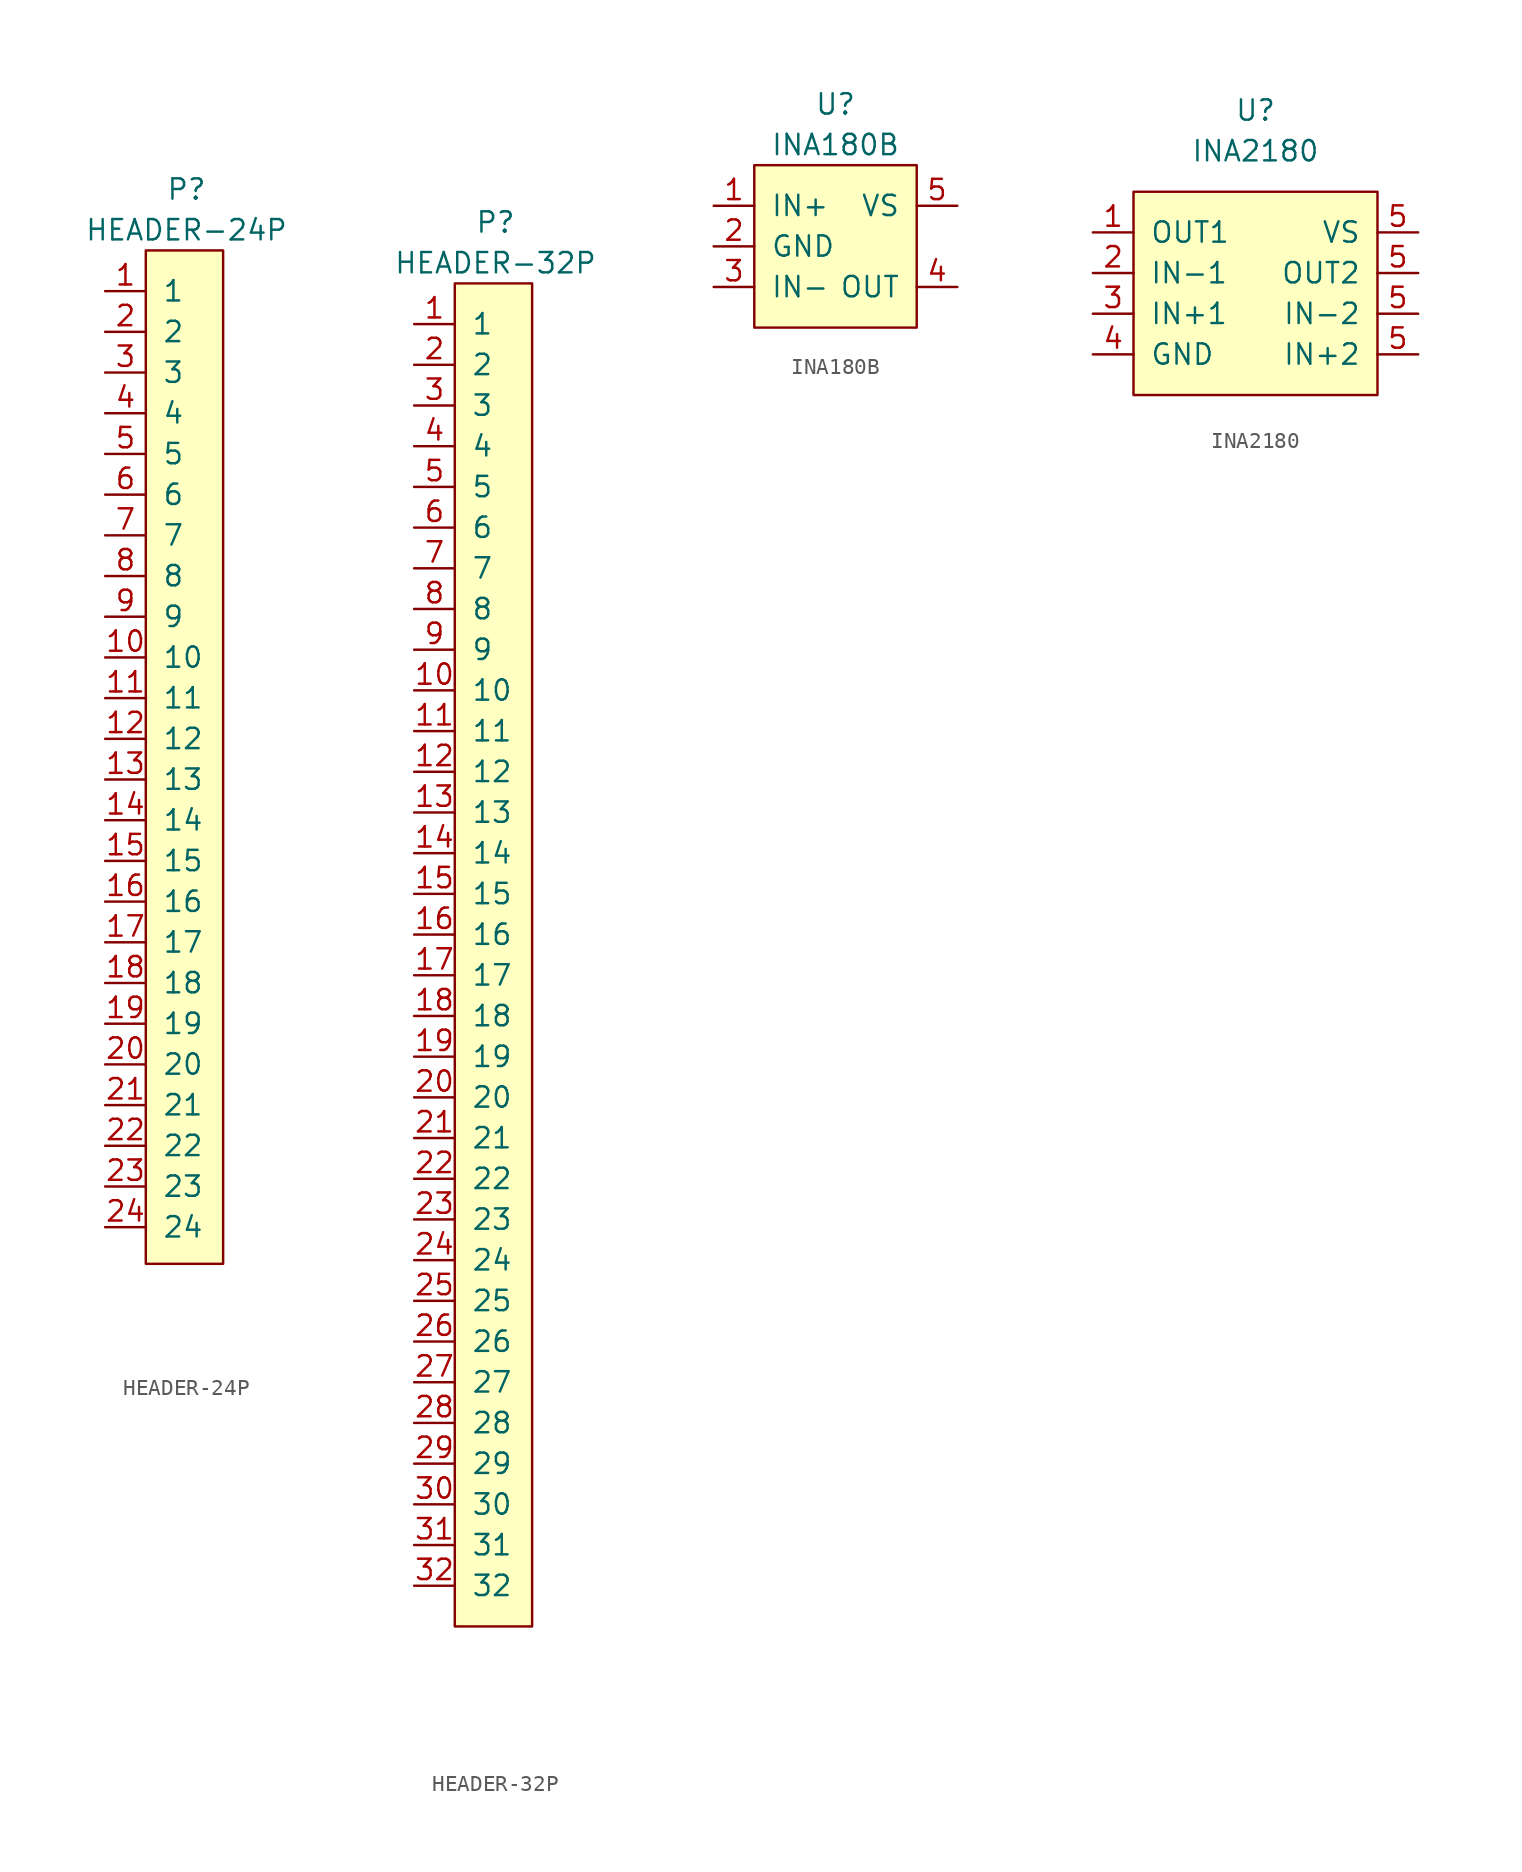
<source format=kicad_sym>
(kicad_symbol_lib
  (version 20220914)
  (generator kicad_symbol_editor)
  (symbol "HEADER-24P"
    (pin_names
      (offset 1.016))
    (property "Reference" "P"
      (at 0 35.56 0)
      (effects (font (size 1.27 1.27))))
    (property "Value" "HEADER-24P"
      (at 0 33.02 0)
      (effects (font (size 1.27 1.27))))
    (symbol "HEADER-24P_0_1"
      (rectangle (start -2.54 31.75) (end 2.286 -31.496) (stroke (width 0) (type default)) (fill (type background))))
    (symbol "HEADER-24P_1_1"
      (pin passive line (at -5.08 29.21 0) (length 2.54) (name "1" (effects (font (size 1.27 1.27)))) (number "1" (effects (font (size 1.27 1.27)))))
      (pin passive line (at -5.08 6.35 0) (length 2.54) (name "10" (effects (font (size 1.27 1.27)))) (number "10" (effects (font (size 1.27 1.27)))))
      (pin passive line (at -5.08 3.81 0) (length 2.54) (name "11" (effects (font (size 1.27 1.27)))) (number "11" (effects (font (size 1.27 1.27)))))
      (pin passive line (at -5.08 1.27 0) (length 2.54) (name "12" (effects (font (size 1.27 1.27)))) (number "12" (effects (font (size 1.27 1.27)))))
      (pin passive line (at -5.08 -1.27 0) (length 2.54) (name "13" (effects (font (size 1.27 1.27)))) (number "13" (effects (font (size 1.27 1.27)))))
      (pin passive line (at -5.08 -3.81 0) (length 2.54) (name "14" (effects (font (size 1.27 1.27)))) (number "14" (effects (font (size 1.27 1.27)))))
      (pin passive line (at -5.08 -6.35 0) (length 2.54) (name "15" (effects (font (size 1.27 1.27)))) (number "15" (effects (font (size 1.27 1.27)))))
      (pin passive line (at -5.08 -8.89 0) (length 2.54) (name "16" (effects (font (size 1.27 1.27)))) (number "16" (effects (font (size 1.27 1.27)))))
      (pin passive line (at -5.08 -11.43 0) (length 2.54) (name "17" (effects (font (size 1.27 1.27)))) (number "17" (effects (font (size 1.27 1.27)))))
      (pin passive line (at -5.08 -13.97 0) (length 2.54) (name "18" (effects (font (size 1.27 1.27)))) (number "18" (effects (font (size 1.27 1.27)))))
      (pin passive line (at -5.08 -16.51 0) (length 2.54) (name "19" (effects (font (size 1.27 1.27)))) (number "19" (effects (font (size 1.27 1.27)))))
      (pin passive line (at -5.08 26.67 0) (length 2.54) (name "2" (effects (font (size 1.27 1.27)))) (number "2" (effects (font (size 1.27 1.27)))))
      (pin passive line (at -5.08 -19.05 0) (length 2.54) (name "20" (effects (font (size 1.27 1.27)))) (number "20" (effects (font (size 1.27 1.27)))))
      (pin passive line (at -5.08 -21.59 0) (length 2.54) (name "21" (effects (font (size 1.27 1.27)))) (number "21" (effects (font (size 1.27 1.27)))))
      (pin passive line (at -5.08 -24.13 0) (length 2.54) (name "22" (effects (font (size 1.27 1.27)))) (number "22" (effects (font (size 1.27 1.27)))))
      (pin passive line (at -5.08 -26.67 0) (length 2.54) (name "23" (effects (font (size 1.27 1.27)))) (number "23" (effects (font (size 1.27 1.27)))))
      (pin passive line (at -5.08 -29.21 0) (length 2.54) (name "24" (effects (font (size 1.27 1.27)))) (number "24" (effects (font (size 1.27 1.27)))))
      (pin passive line (at -5.08 24.13 0) (length 2.54) (name "3" (effects (font (size 1.27 1.27)))) (number "3" (effects (font (size 1.27 1.27)))))
      (pin passive line (at -5.08 21.59 0) (length 2.54) (name "4" (effects (font (size 1.27 1.27)))) (number "4" (effects (font (size 1.27 1.27)))))
      (pin passive line (at -5.08 19.05 0) (length 2.54) (name "5" (effects (font (size 1.27 1.27)))) (number "5" (effects (font (size 1.27 1.27)))))
      (pin passive line (at -5.08 16.51 0) (length 2.54) (name "6" (effects (font (size 1.27 1.27)))) (number "6" (effects (font (size 1.27 1.27)))))
      (pin passive line (at -5.08 13.97 0) (length 2.54) (name "7" (effects (font (size 1.27 1.27)))) (number "7" (effects (font (size 1.27 1.27)))))
      (pin passive line (at -5.08 11.43 0) (length 2.54) (name "8" (effects (font (size 1.27 1.27)))) (number "8" (effects (font (size 1.27 1.27)))))
      (pin passive line (at -5.08 8.89 0) (length 2.54) (name "9" (effects (font (size 1.27 1.27)))) (number "9" (effects (font (size 1.27 1.27)))))))
  (symbol "HEADER-32P"
    (pin_names
      (offset 1.016))
    (property "Reference" "P"
      (at 0 45.72 0)
      (effects (font (size 1.27 1.27))))
    (property "Value" "HEADER-32P"
      (at 0 43.18 0)
      (effects (font (size 1.27 1.27))))
    (symbol "HEADER-32P_0_1"
      (rectangle (start -2.54 41.91) (end 2.286 -41.91) (stroke (width 0) (type default)) (fill (type background))))
    (symbol "HEADER-32P_1_1"
      (pin passive line (at -5.08 39.37 0) (length 2.54) (name "1" (effects (font (size 1.27 1.27)))) (number "1" (effects (font (size 1.27 1.27)))))
      (pin passive line (at -5.08 16.51 0) (length 2.54) (name "10" (effects (font (size 1.27 1.27)))) (number "10" (effects (font (size 1.27 1.27)))))
      (pin passive line (at -5.08 13.97 0) (length 2.54) (name "11" (effects (font (size 1.27 1.27)))) (number "11" (effects (font (size 1.27 1.27)))))
      (pin passive line (at -5.08 11.43 0) (length 2.54) (name "12" (effects (font (size 1.27 1.27)))) (number "12" (effects (font (size 1.27 1.27)))))
      (pin passive line (at -5.08 8.89 0) (length 2.54) (name "13" (effects (font (size 1.27 1.27)))) (number "13" (effects (font (size 1.27 1.27)))))
      (pin passive line (at -5.08 6.35 0) (length 2.54) (name "14" (effects (font (size 1.27 1.27)))) (number "14" (effects (font (size 1.27 1.27)))))
      (pin passive line (at -5.08 3.81 0) (length 2.54) (name "15" (effects (font (size 1.27 1.27)))) (number "15" (effects (font (size 1.27 1.27)))))
      (pin passive line (at -5.08 1.27 0) (length 2.54) (name "16" (effects (font (size 1.27 1.27)))) (number "16" (effects (font (size 1.27 1.27)))))
      (pin passive line (at -5.08 -1.27 0) (length 2.54) (name "17" (effects (font (size 1.27 1.27)))) (number "17" (effects (font (size 1.27 1.27)))))
      (pin passive line (at -5.08 -3.81 0) (length 2.54) (name "18" (effects (font (size 1.27 1.27)))) (number "18" (effects (font (size 1.27 1.27)))))
      (pin passive line (at -5.08 -6.35 0) (length 2.54) (name "19" (effects (font (size 1.27 1.27)))) (number "19" (effects (font (size 1.27 1.27)))))
      (pin passive line (at -5.08 36.83 0) (length 2.54) (name "2" (effects (font (size 1.27 1.27)))) (number "2" (effects (font (size 1.27 1.27)))))
      (pin passive line (at -5.08 -8.89 0) (length 2.54) (name "20" (effects (font (size 1.27 1.27)))) (number "20" (effects (font (size 1.27 1.27)))))
      (pin passive line (at -5.08 -11.43 0) (length 2.54) (name "21" (effects (font (size 1.27 1.27)))) (number "21" (effects (font (size 1.27 1.27)))))
      (pin passive line (at -5.08 -13.97 0) (length 2.54) (name "22" (effects (font (size 1.27 1.27)))) (number "22" (effects (font (size 1.27 1.27)))))
      (pin passive line (at -5.08 -16.51 0) (length 2.54) (name "23" (effects (font (size 1.27 1.27)))) (number "23" (effects (font (size 1.27 1.27)))))
      (pin passive line (at -5.08 -19.05 0) (length 2.54) (name "24" (effects (font (size 1.27 1.27)))) (number "24" (effects (font (size 1.27 1.27)))))
      (pin passive line (at -5.08 -21.59 0) (length 2.54) (name "25" (effects (font (size 1.27 1.27)))) (number "25" (effects (font (size 1.27 1.27)))))
      (pin passive line (at -5.08 -24.13 0) (length 2.54) (name "26" (effects (font (size 1.27 1.27)))) (number "26" (effects (font (size 1.27 1.27)))))
      (pin passive line (at -5.08 -26.67 0) (length 2.54) (name "27" (effects (font (size 1.27 1.27)))) (number "27" (effects (font (size 1.27 1.27)))))
      (pin passive line (at -5.08 -29.21 0) (length 2.54) (name "28" (effects (font (size 1.27 1.27)))) (number "28" (effects (font (size 1.27 1.27)))))
      (pin passive line (at -5.08 -31.75 0) (length 2.54) (name "29" (effects (font (size 1.27 1.27)))) (number "29" (effects (font (size 1.27 1.27)))))
      (pin passive line (at -5.08 34.29 0) (length 2.54) (name "3" (effects (font (size 1.27 1.27)))) (number "3" (effects (font (size 1.27 1.27)))))
      (pin passive line (at -5.08 -34.29 0) (length 2.54) (name "30" (effects (font (size 1.27 1.27)))) (number "30" (effects (font (size 1.27 1.27)))))
      (pin passive line (at -5.08 -36.83 0) (length 2.54) (name "31" (effects (font (size 1.27 1.27)))) (number "31" (effects (font (size 1.27 1.27)))))
      (pin passive line (at -5.08 -39.37 0) (length 2.54) (name "32" (effects (font (size 1.27 1.27)))) (number "32" (effects (font (size 1.27 1.27)))))
      (pin passive line (at -5.08 31.75 0) (length 2.54) (name "4" (effects (font (size 1.27 1.27)))) (number "4" (effects (font (size 1.27 1.27)))))
      (pin passive line (at -5.08 29.21 0) (length 2.54) (name "5" (effects (font (size 1.27 1.27)))) (number "5" (effects (font (size 1.27 1.27)))))
      (pin passive line (at -5.08 26.67 0) (length 2.54) (name "6" (effects (font (size 1.27 1.27)))) (number "6" (effects (font (size 1.27 1.27)))))
      (pin passive line (at -5.08 24.13 0) (length 2.54) (name "7" (effects (font (size 1.27 1.27)))) (number "7" (effects (font (size 1.27 1.27)))))
      (pin passive line (at -5.08 21.59 0) (length 2.54) (name "8" (effects (font (size 1.27 1.27)))) (number "8" (effects (font (size 1.27 1.27)))))
      (pin passive line (at -5.08 19.05 0) (length 2.54) (name "9" (effects (font (size 1.27 1.27)))) (number "9" (effects (font (size 1.27 1.27)))))))
  (symbol "INA180B"
    (pin_names
      (offset 1.016))
    (property "Reference" "U"
      (at 0 8.89 0)
      (effects (font (size 1.27 1.27))))
    (property "Value" "INA180B"
      (at 0 6.35 0)
      (effects (font (size 1.27 1.27))))
    (symbol "INA180B_0_1"
      (rectangle (start -5.08 5.08) (end 5.08 -5.08) (stroke (width 0) (type default)) (fill (type background))))
    (symbol "INA180B_1_1"
      (pin input line (at -7.62 2.54 0) (length 2.54) (name "IN+" (effects (font (size 1.27 1.27)))) (number "1" (effects (font (size 1.27 1.27)))))
      (pin power_in line (at -7.62 0 0) (length 2.54) (name "GND" (effects (font (size 1.27 1.27)))) (number "2" (effects (font (size 1.27 1.27)))))
      (pin input line (at -7.62 -2.54 0) (length 2.54) (name "IN-" (effects (font (size 1.27 1.27)))) (number "3" (effects (font (size 1.27 1.27)))))
      (pin output line (at 7.62 -2.54 180) (length 2.54) (name "OUT" (effects (font (size 1.27 1.27)))) (number "4" (effects (font (size 1.27 1.27)))))
      (pin power_in line (at 7.62 2.54 180) (length 2.54) (name "VS" (effects (font (size 1.27 1.27)))) (number "5" (effects (font (size 1.27 1.27)))))))
  (symbol "INA2180"
    (pin_names
      (offset 1.016))
    (property "Reference" "U"
      (at 0 11.43 0)
      (effects (font (size 1.27 1.27))))
    (property "Value" "INA2180"
      (at 0 8.89 0)
      (effects (font (size 1.27 1.27))))
    (symbol "INA2180_0_1"
      (rectangle (start -7.62 6.35) (end 7.62 -6.35) (stroke (width 0) (type default)) (fill (type background))))
    (symbol "INA2180_1_1"
      (pin output line (at -10.16 3.81 0) (length 2.54) (name "OUT1" (effects (font (size 1.27 1.27)))) (number "1" (effects (font (size 1.27 1.27)))))
      (pin input line (at -10.16 1.27 0) (length 2.54) (name "IN-1" (effects (font (size 1.27 1.27)))) (number "2" (effects (font (size 1.27 1.27)))))
      (pin input line (at -10.16 -1.27 0) (length 2.54) (name "IN+1" (effects (font (size 1.27 1.27)))) (number "3" (effects (font (size 1.27 1.27)))))
      (pin power_in line (at -10.16 -3.81 0) (length 2.54) (name "GND" (effects (font (size 1.27 1.27)))) (number "4" (effects (font (size 1.27 1.27)))))
      (pin input line (at 10.16 -3.81 180) (length 2.54) (name "IN+2" (effects (font (size 1.27 1.27)))) (number "5" (effects (font (size 1.27 1.27)))))
      (pin input line (at 10.16 -1.27 180) (length 2.54) (name "IN-2" (effects (font (size 1.27 1.27)))) (number "5" (effects (font (size 1.27 1.27)))))
      (pin output line (at 10.16 1.27 180) (length 2.54) (name "OUT2" (effects (font (size 1.27 1.27)))) (number "5" (effects (font (size 1.27 1.27)))))
      (pin power_in line (at 10.16 3.81 180) (length 2.54) (name "VS" (effects (font (size 1.27 1.27)))) (number "5" (effects (font (size 1.27 1.27))))))))
</source>
